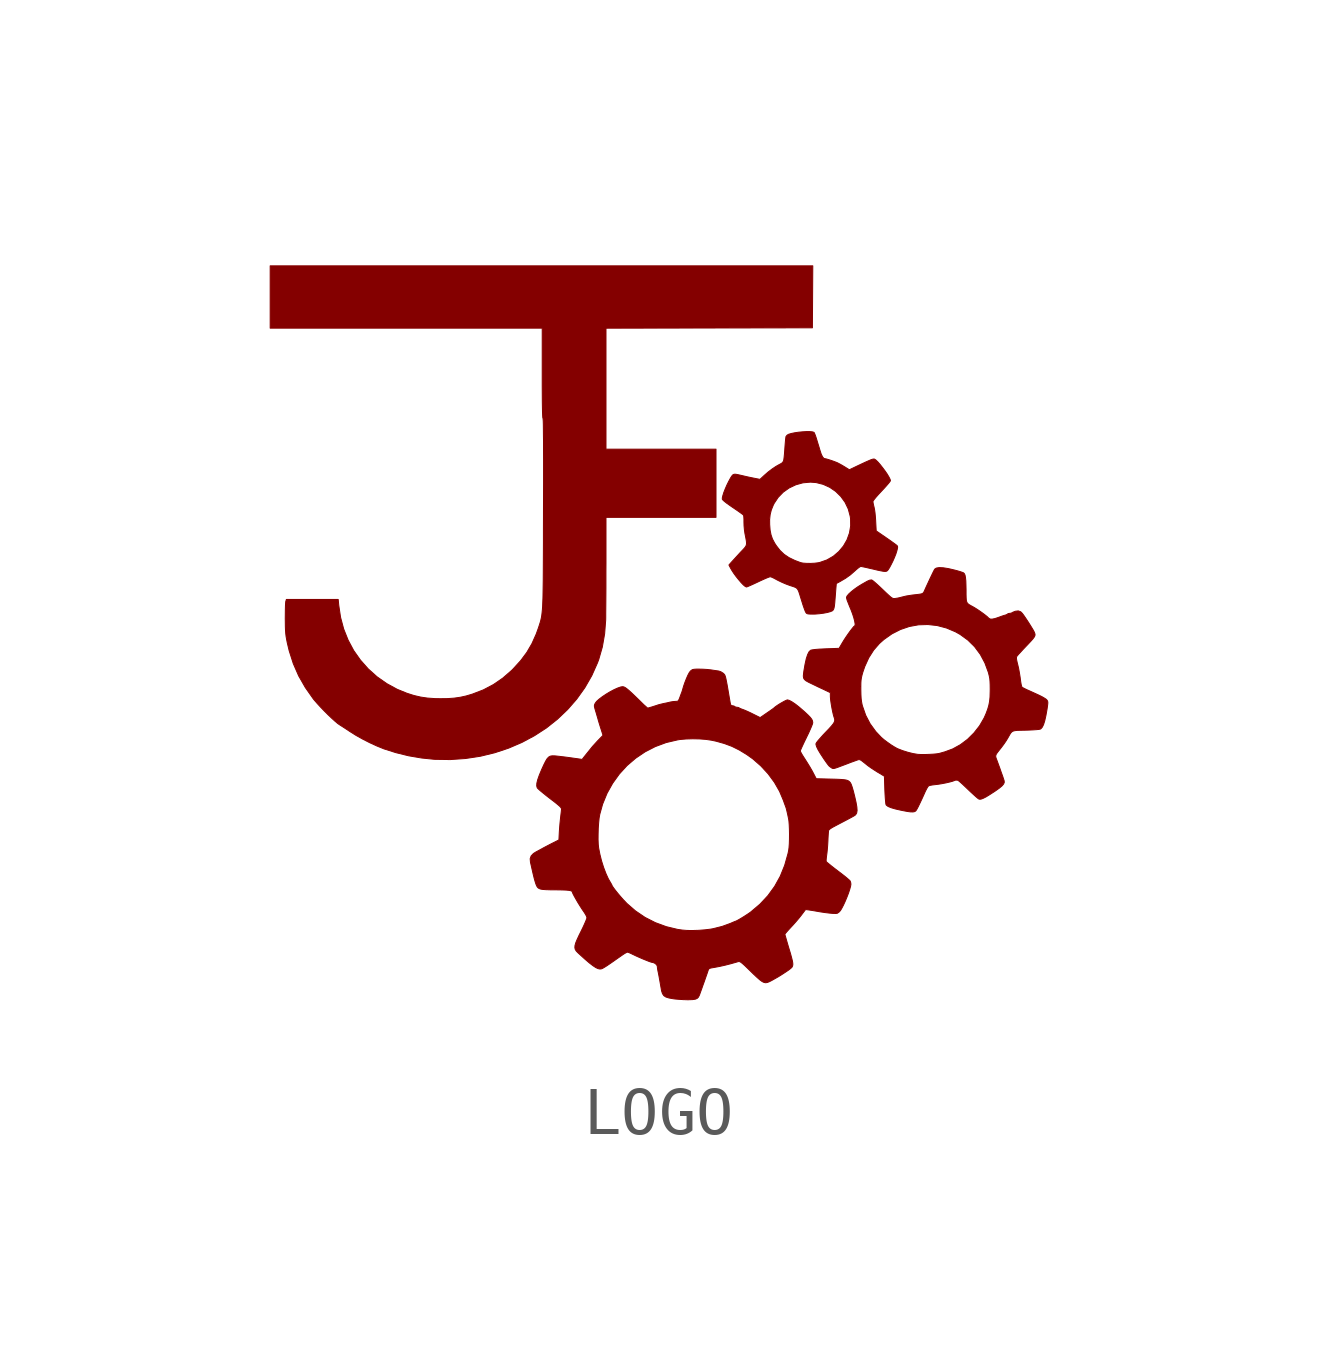
<source format=kicad_sym>
(kicad_symbol_lib
  (version 20220914)
  (generator kicad_symbol_editor)
  (symbol "LOGO"
    (pin_names
      (offset 1.016))
    (property "Reference" "#G"
      (at 0 8.728 0)
      (effects (font (size 1.27 1.27)) hide))
    (symbol "LOGO_0_0"
      (polyline (pts (xy -5.08 -0.9) (xy -4.771 -0.853) (xy -4.471 -0.78) (xy -4.182 -0.684) (xy -3.905 -0.565) (xy -3.642 -0.424) (xy -3.394 -0.263) (xy -3.165 -0.081) (xy -2.954 0.12) (xy -2.763 0.339) (xy -2.595 0.574) (xy -2.45 0.826) (xy -2.331 1.093) (xy -2.305 1.162) (xy -2.23 1.423) (xy -2.182 1.698) (xy -2.16 1.986) (xy -2.159 2.039) (xy -2.159 2.12) (xy -2.158 2.226) (xy -2.157 2.352) (xy -2.156 2.494) (xy -2.155 2.651) (xy -2.155 2.817) (xy -2.155 2.99) (xy -2.154 3.166) (xy -2.154 4.124) (xy -1.008 4.124) (xy 0.138 4.124) (xy 0.138 4.834) (xy 0.138 5.544) (xy -1.008 5.544) (xy -2.154 5.544) (xy -2.154 6.804) (xy -2.154 8.064) (xy -0.004 8.068) (xy 2.146 8.072) (xy 2.15 8.717) (xy 2.154 9.363) (xy -3.497 9.363) (xy -9.149 9.363) (xy -9.149 8.714) (xy -9.149 8.065) (xy -6.316 8.065) (xy -3.482 8.065) (xy -3.482 7.125) (xy -3.482 7.075) (xy -3.482 6.863) (xy -3.481 6.68) (xy -3.48 6.527) (xy -3.478 6.403) (xy -3.476 6.307) (xy -3.473 6.239) (xy -3.47 6.199) (xy -3.466 6.186) (xy -3.466 6.186) (xy -3.464 6.17) (xy -3.461 6.129) (xy -3.459 6.062) (xy -3.458 5.969) (xy -3.457 5.849) (xy -3.455 5.702) (xy -3.455 5.527) (xy -3.454 5.324) (xy -3.454 5.092) (xy -3.454 4.831) (xy -3.455 4.54) (xy -3.456 4.219) (xy -3.456 4.15) (xy -3.457 3.862) (xy -3.457 3.603) (xy -3.458 3.37) (xy -3.459 3.163) (xy -3.46 2.979) (xy -3.461 2.816) (xy -3.463 2.673) (xy -3.465 2.549) (xy -3.467 2.441) (xy -3.471 2.347) (xy -3.474 2.267) (xy -3.479 2.198) (xy -3.485 2.139) (xy -3.491 2.087) (xy -3.498 2.042) (xy -3.507 2.001) (xy -3.516 1.963) (xy -3.527 1.926) (xy -3.539 1.888) (xy -3.552 1.848) (xy -3.567 1.804) (xy -3.607 1.693) (xy -3.696 1.494) (xy -3.802 1.312) (xy -3.931 1.139) (xy -4.086 0.969) (xy -4.116 0.938) (xy -4.302 0.776) (xy -4.498 0.641) (xy -4.708 0.53) (xy -4.936 0.442) (xy -5.066 0.403) (xy -5.189 0.376) (xy -5.313 0.358) (xy -5.449 0.348) (xy -5.605 0.346) (xy -5.72 0.348) (xy -5.874 0.359) (xy -6.016 0.38) (xy -6.156 0.413) (xy -6.303 0.46) (xy -6.502 0.541) (xy -6.722 0.661) (xy -6.924 0.803) (xy -7.107 0.967) (xy -7.269 1.15) (xy -7.41 1.35) (xy -7.526 1.567) (xy -7.618 1.798) (xy -7.683 2.041) (xy -7.721 2.295) (xy -7.732 2.413) (xy -8.272 2.413) (xy -8.812 2.413) (xy -8.824 2.371) (xy -8.825 2.368) (xy -8.828 2.336) (xy -8.831 2.279) (xy -8.833 2.203) (xy -8.834 2.114) (xy -8.835 2.016) (xy -8.834 1.948) (xy -8.833 1.85) (xy -8.83 1.771) (xy -8.825 1.705) (xy -8.818 1.644) (xy -8.807 1.582) (xy -8.793 1.511) (xy -8.753 1.344) (xy -8.667 1.076) (xy -8.556 0.822) (xy -8.417 0.579) (xy -8.25 0.341) (xy -8.224 0.309) (xy -8.166 0.243) (xy -8.097 0.168) (xy -8.022 0.09) (xy -7.944 0.012) (xy -7.868 -0.06) (xy -7.8 -0.122) (xy -7.742 -0.171) (xy -7.7 -0.2) (xy -7.67 -0.219) (xy -7.617 -0.253) (xy -7.553 -0.295) (xy -7.487 -0.339) (xy -7.484 -0.341) (xy -7.363 -0.417) (xy -7.222 -0.496) (xy -7.073 -0.572) (xy -6.925 -0.64) (xy -6.789 -0.695) (xy -6.78 -0.699) (xy -6.531 -0.778) (xy -6.267 -0.843) (xy -5.998 -0.889) (xy -5.735 -0.916) (xy -5.72 -0.917) (xy -5.397 -0.922) (xy -5.08 -0.9)) (stroke (width 0.01) (type default)) (fill (type outline)))
      (polyline (pts (xy 2.206 2.109) (xy 2.291 2.116) (xy 2.377 2.127) (xy 2.456 2.142) (xy 2.519 2.159) (xy 2.56 2.176) (xy 2.57 2.184) (xy 2.585 2.203) (xy 2.596 2.233) (xy 2.605 2.279) (xy 2.612 2.345) (xy 2.619 2.436) (xy 2.625 2.51) (xy 2.631 2.588) (xy 2.636 2.652) (xy 2.644 2.745) (xy 2.724 2.788) (xy 2.836 2.854) (xy 2.937 2.926) (xy 3.034 3.011) (xy 3.05 3.026) (xy 3.095 3.064) (xy 3.132 3.091) (xy 3.154 3.101) (xy 3.169 3.099) (xy 3.21 3.091) (xy 3.268 3.079) (xy 3.335 3.063) (xy 3.415 3.045) (xy 3.506 3.023) (xy 3.574 3.009) (xy 3.623 3) (xy 3.657 2.997) (xy 3.68 2.999) (xy 3.697 3.005) (xy 3.71 3.015) (xy 3.724 3.032) (xy 3.753 3.077) (xy 3.786 3.139) (xy 3.822 3.211) (xy 3.855 3.286) (xy 3.884 3.358) (xy 3.903 3.418) (xy 3.914 3.46) (xy 3.921 3.498) (xy 3.919 3.521) (xy 3.908 3.537) (xy 3.898 3.545) (xy 3.865 3.57) (xy 3.815 3.606) (xy 3.752 3.651) (xy 3.681 3.7) (xy 3.475 3.842) (xy 3.464 4.048) (xy 3.464 4.054) (xy 3.458 4.139) (xy 3.45 4.221) (xy 3.44 4.29) (xy 3.43 4.338) (xy 3.421 4.373) (xy 3.411 4.421) (xy 3.407 4.452) (xy 3.41 4.462) (xy 3.432 4.495) (xy 3.471 4.543) (xy 3.525 4.604) (xy 3.59 4.674) (xy 3.638 4.725) (xy 3.691 4.784) (xy 3.734 4.834) (xy 3.762 4.87) (xy 3.772 4.888) (xy 3.765 4.915) (xy 3.741 4.963) (xy 3.705 5.024) (xy 3.659 5.091) (xy 3.608 5.159) (xy 3.557 5.224) (xy 3.509 5.279) (xy 3.468 5.318) (xy 3.439 5.337) (xy 3.424 5.339) (xy 3.401 5.335) (xy 3.367 5.324) (xy 3.32 5.304) (xy 3.254 5.275) (xy 3.168 5.235) (xy 3.058 5.183) (xy 2.916 5.115) (xy 2.821 5.174) (xy 2.768 5.206) (xy 2.712 5.237) (xy 2.67 5.259) (xy 2.649 5.268) (xy 2.597 5.288) (xy 2.538 5.309) (xy 2.481 5.327) (xy 2.434 5.341) (xy 2.406 5.346) (xy 2.384 5.353) (xy 2.357 5.385) (xy 2.329 5.443) (xy 2.301 5.529) (xy 2.287 5.577) (xy 2.253 5.688) (xy 2.227 5.773) (xy 2.207 5.833) (xy 2.191 5.872) (xy 2.181 5.892) (xy 2.177 5.895) (xy 2.144 5.905) (xy 2.09 5.91) (xy 2.019 5.91) (xy 1.939 5.905) (xy 1.856 5.897) (xy 1.776 5.885) (xy 1.704 5.87) (xy 1.648 5.853) (xy 1.619 5.835) (xy 1.597 5.809) (xy 1.595 5.803) (xy 1.59 5.768) (xy 1.584 5.711) (xy 1.578 5.639) (xy 1.572 5.557) (xy 1.57 5.527) (xy 1.564 5.446) (xy 1.557 5.376) (xy 1.55 5.323) (xy 1.543 5.294) (xy 1.518 5.26) (xy 1.475 5.233) (xy 1.456 5.224) (xy 1.387 5.185) (xy 1.307 5.131) (xy 1.224 5.068) (xy 1.147 5.001) (xy 1.054 4.915) (xy 0.966 4.932) (xy 0.916 4.942) (xy 0.848 4.956) (xy 0.773 4.972) (xy 0.68 4.994) (xy 0.605 5.011) (xy 0.552 5.021) (xy 0.516 5.021) (xy 0.49 5.01) (xy 0.469 4.987) (xy 0.446 4.952) (xy 0.439 4.94) (xy 0.401 4.87) (xy 0.363 4.793) (xy 0.329 4.714) (xy 0.3 4.64) (xy 0.28 4.575) (xy 0.269 4.527) (xy 0.27 4.499) (xy 0.275 4.492) (xy 0.307 4.461) (xy 0.365 4.415) (xy 0.45 4.355) (xy 0.56 4.28) (xy 0.608 4.247) (xy 0.658 4.211) (xy 0.695 4.184) (xy 0.711 4.168) (xy 0.713 4.165) (xy 0.717 4.136) (xy 0.72 4.087) (xy 0.72 4.078) (xy 1.255 4.078) (xy 1.266 4.181) (xy 1.29 4.277) (xy 1.33 4.376) (xy 1.349 4.414) (xy 1.433 4.54) (xy 1.538 4.648) (xy 1.662 4.736) (xy 1.801 4.802) (xy 1.949 4.843) (xy 2.105 4.857) (xy 2.224 4.848) (xy 2.371 4.811) (xy 2.507 4.749) (xy 2.631 4.664) (xy 2.738 4.559) (xy 2.827 4.436) (xy 2.893 4.298) (xy 2.933 4.148) (xy 2.941 4.098) (xy 2.943 3.945) (xy 2.918 3.797) (xy 2.867 3.656) (xy 2.793 3.527) (xy 2.697 3.412) (xy 2.582 3.314) (xy 2.449 3.237) (xy 2.302 3.185) (xy 2.263 3.177) (xy 2.189 3.168) (xy 2.106 3.164) (xy 2.024 3.165) (xy 1.952 3.17) (xy 1.902 3.18) (xy 1.78 3.226) (xy 1.658 3.285) (xy 1.557 3.353) (xy 1.472 3.434) (xy 1.397 3.53) (xy 1.36 3.586) (xy 1.314 3.673) (xy 1.284 3.76) (xy 1.265 3.857) (xy 1.256 3.973) (xy 1.255 4.078) (xy 0.72 4.078) (xy 0.72 4.027) (xy 0.722 3.951) (xy 0.73 3.861) (xy 0.742 3.78) (xy 0.743 3.777) (xy 0.76 3.69) (xy 0.771 3.626) (xy 0.774 3.579) (xy 0.769 3.544) (xy 0.754 3.514) (xy 0.73 3.483) (xy 0.694 3.444) (xy 0.644 3.392) (xy 0.444 3.173) (xy 0.407 3.131) (xy 0.441 3.066) (xy 0.465 3.024) (xy 0.507 2.959) (xy 0.556 2.892) (xy 0.609 2.826) (xy 0.66 2.766) (xy 0.707 2.717) (xy 0.746 2.685) (xy 0.771 2.673) (xy 0.781 2.675) (xy 0.816 2.689) (xy 0.871 2.713) (xy 0.939 2.744) (xy 1.016 2.78) (xy 1.064 2.803) (xy 1.137 2.836) (xy 1.199 2.863) (xy 1.244 2.88) (xy 1.267 2.887) (xy 1.272 2.886) (xy 1.305 2.875) (xy 1.352 2.852) (xy 1.407 2.822) (xy 1.438 2.806) (xy 1.513 2.77) (xy 1.597 2.734) (xy 1.678 2.704) (xy 1.725 2.689) (xy 1.767 2.675) (xy 1.799 2.661) (xy 1.824 2.643) (xy 1.843 2.618) (xy 1.861 2.58) (xy 1.879 2.526) (xy 1.902 2.451) (xy 1.933 2.352) (xy 1.954 2.285) (xy 1.977 2.22) (xy 1.996 2.17) (xy 2.01 2.142) (xy 2.015 2.134) (xy 2.031 2.12) (xy 2.055 2.112) (xy 2.095 2.109) (xy 2.158 2.108) (xy 2.206 2.109)) (stroke (width 0.01) (type default)) (fill (type outline)))
      (polyline (pts (xy 4.276 -2.006) (xy 4.298 -1.992) (xy 4.302 -1.988) (xy 4.321 -1.959) (xy 4.348 -1.909) (xy 4.384 -1.835) (xy 4.43 -1.737) (xy 4.487 -1.611) (xy 4.496 -1.59) (xy 4.524 -1.535) (xy 4.548 -1.493) (xy 4.565 -1.472) (xy 4.567 -1.47) (xy 4.596 -1.46) (xy 4.645 -1.451) (xy 4.704 -1.444) (xy 4.764 -1.437) (xy 4.844 -1.424) (xy 4.927 -1.408) (xy 5.005 -1.39) (xy 5.07 -1.372) (xy 5.113 -1.356) (xy 5.133 -1.349) (xy 5.176 -1.353) (xy 5.189 -1.362) (xy 5.223 -1.39) (xy 5.271 -1.433) (xy 5.328 -1.487) (xy 5.392 -1.548) (xy 5.438 -1.592) (xy 5.499 -1.648) (xy 5.551 -1.695) (xy 5.59 -1.728) (xy 5.613 -1.744) (xy 5.613 -1.744) (xy 5.636 -1.749) (xy 5.666 -1.744) (xy 5.707 -1.728) (xy 5.762 -1.7) (xy 5.834 -1.656) (xy 5.927 -1.596) (xy 5.96 -1.574) (xy 6.04 -1.517) (xy 6.095 -1.471) (xy 6.129 -1.431) (xy 6.143 -1.396) (xy 6.14 -1.363) (xy 6.129 -1.329) (xy 6.108 -1.265) (xy 6.08 -1.188) (xy 6.051 -1.104) (xy 6.021 -1.022) (xy 5.995 -0.951) (xy 5.991 -0.94) (xy 5.975 -0.898) (xy 5.965 -0.868) (xy 5.965 -0.842) (xy 5.974 -0.814) (xy 5.996 -0.78) (xy 6.033 -0.733) (xy 6.085 -0.667) (xy 6.09 -0.66) (xy 6.137 -0.597) (xy 6.183 -0.529) (xy 6.218 -0.471) (xy 6.221 -0.466) (xy 6.251 -0.413) (xy 6.274 -0.374) (xy 6.298 -0.347) (xy 6.325 -0.33) (xy 6.362 -0.32) (xy 6.414 -0.314) (xy 6.487 -0.312) (xy 6.584 -0.31) (xy 6.654 -0.308) (xy 6.738 -0.304) (xy 6.81 -0.299) (xy 6.863 -0.294) (xy 6.891 -0.288) (xy 6.905 -0.281) (xy 6.934 -0.248) (xy 6.961 -0.194) (xy 6.986 -0.114) (xy 7.01 -0.007) (xy 7.034 0.128) (xy 7.043 0.191) (xy 7.049 0.24) (xy 7.05 0.273) (xy 7.045 0.295) (xy 7.034 0.315) (xy 7.031 0.318) (xy 7.012 0.337) (xy 6.978 0.359) (xy 6.928 0.388) (xy 6.857 0.423) (xy 6.763 0.466) (xy 6.644 0.52) (xy 6.629 0.526) (xy 6.575 0.552) (xy 6.534 0.573) (xy 6.513 0.587) (xy 6.506 0.6) (xy 6.496 0.638) (xy 6.486 0.695) (xy 6.477 0.763) (xy 6.473 0.794) (xy 6.458 0.887) (xy 6.441 0.981) (xy 6.422 1.061) (xy 6.415 1.087) (xy 6.402 1.146) (xy 6.396 1.185) (xy 6.398 1.211) (xy 6.406 1.23) (xy 6.413 1.238) (xy 6.44 1.27) (xy 6.482 1.315) (xy 6.534 1.372) (xy 6.593 1.434) (xy 6.638 1.481) (xy 6.698 1.545) (xy 6.74 1.593) (xy 6.767 1.63) (xy 6.781 1.659) (xy 6.784 1.683) (xy 6.778 1.708) (xy 6.766 1.737) (xy 6.766 1.738) (xy 6.747 1.774) (xy 6.715 1.827) (xy 6.675 1.892) (xy 6.631 1.961) (xy 6.587 2.027) (xy 6.548 2.084) (xy 6.518 2.124) (xy 6.486 2.156) (xy 6.434 2.175) (xy 6.372 2.167) (xy 6.363 2.163) (xy 6.324 2.148) (xy 6.301 2.135) (xy 6.286 2.128) (xy 6.252 2.123) (xy 6.23 2.12) (xy 6.21 2.11) (xy 6.198 2.1) (xy 6.167 2.088) (xy 6.166 2.088) (xy 6.133 2.079) (xy 6.083 2.062) (xy 6.026 2.041) (xy 5.949 2.015) (xy 5.888 2.003) (xy 5.846 2.006) (xy 5.818 2.025) (xy 5.816 2.027) (xy 5.785 2.057) (xy 5.735 2.097) (xy 5.674 2.142) (xy 5.608 2.188) (xy 5.545 2.229) (xy 5.491 2.261) (xy 5.446 2.285) (xy 5.407 2.308) (xy 5.38 2.33) (xy 5.363 2.356) (xy 5.353 2.393) (xy 5.349 2.444) (xy 5.347 2.516) (xy 5.347 2.613) (xy 5.345 2.707) (xy 5.342 2.8) (xy 5.335 2.868) (xy 5.326 2.917) (xy 5.313 2.948) (xy 5.295 2.967) (xy 5.274 2.976) (xy 5.231 2.991) (xy 5.178 3.007) (xy 5.11 3.025) (xy 4.979 3.056) (xy 4.871 3.073) (xy 4.786 3.077) (xy 4.727 3.067) (xy 4.693 3.044) (xy 4.684 3.027) (xy 4.662 2.984) (xy 4.632 2.922) (xy 4.596 2.847) (xy 4.557 2.763) (xy 4.517 2.677) (xy 4.479 2.592) (xy 4.476 2.585) (xy 4.462 2.558) (xy 4.443 2.54) (xy 4.415 2.529) (xy 4.369 2.521) (xy 4.3 2.513) (xy 4.228 2.505) (xy 4.101 2.485) (xy 3.994 2.459) (xy 3.989 2.457) (xy 3.929 2.443) (xy 3.872 2.434) (xy 3.866 2.433) (xy 3.845 2.432) (xy 3.825 2.435) (xy 3.803 2.446) (xy 3.774 2.467) (xy 3.736 2.501) (xy 3.683 2.55) (xy 3.612 2.618) (xy 3.554 2.673) (xy 3.493 2.729) (xy 3.441 2.775) (xy 3.403 2.806) (xy 3.382 2.819) (xy 3.378 2.82) (xy 3.339 2.815) (xy 3.29 2.794) (xy 3.276 2.786) (xy 3.232 2.761) (xy 3.2 2.743) (xy 3.174 2.728) (xy 3.095 2.679) (xy 3.021 2.627) (xy 2.956 2.575) (xy 2.903 2.527) (xy 2.869 2.486) (xy 2.856 2.458) (xy 2.861 2.428) (xy 2.873 2.387) (xy 2.888 2.351) (xy 2.904 2.31) (xy 2.914 2.285) (xy 2.932 2.241) (xy 2.952 2.194) (xy 2.982 2.114) (xy 3.007 2.037) (xy 3.025 1.968) (xy 3.035 1.913) (xy 3.036 1.877) (xy 3.027 1.863) (xy 3.025 1.863) (xy 3.006 1.847) (xy 2.976 1.81) (xy 2.937 1.76) (xy 2.893 1.699) (xy 2.848 1.634) (xy 2.806 1.57) (xy 2.77 1.511) (xy 2.702 1.395) (xy 2.426 1.385) (xy 2.384 1.383) (xy 2.282 1.378) (xy 2.2 1.371) (xy 2.142 1.363) (xy 2.111 1.356) (xy 2.078 1.326) (xy 2.048 1.268) (xy 2.019 1.181) (xy 1.993 1.065) (xy 1.968 0.92) (xy 1.962 0.873) (xy 1.957 0.818) (xy 1.962 0.778) (xy 1.98 0.746) (xy 2.015 0.717) (xy 2.071 0.686) (xy 2.15 0.648) (xy 2.223 0.613) (xy 2.245 0.602) (xy 3.155 0.602) (xy 3.156 0.677) (xy 3.16 0.736) (xy 3.168 0.787) (xy 3.18 0.839) (xy 3.197 0.899) (xy 3.237 1.016) (xy 3.32 1.198) (xy 3.422 1.358) (xy 3.542 1.496) (xy 3.637 1.58) (xy 3.803 1.697) (xy 3.98 1.787) (xy 4.165 1.85) (xy 4.356 1.885) (xy 4.551 1.891) (xy 4.745 1.87) (xy 4.938 1.819) (xy 5.127 1.739) (xy 5.223 1.685) (xy 5.385 1.567) (xy 5.525 1.429) (xy 5.644 1.269) (xy 5.739 1.091) (xy 5.811 0.896) (xy 5.817 0.874) (xy 5.831 0.817) (xy 5.841 0.764) (xy 5.846 0.705) (xy 5.849 0.633) (xy 5.85 0.539) (xy 5.849 0.486) (xy 5.846 0.379) (xy 5.837 0.289) (xy 5.821 0.208) (xy 5.797 0.125) (xy 5.762 0.032) (xy 5.723 -0.056) (xy 5.629 -0.218) (xy 5.512 -0.367) (xy 5.378 -0.5) (xy 5.229 -0.612) (xy 5.07 -0.7) (xy 4.903 -0.762) (xy 4.887 -0.766) (xy 4.832 -0.782) (xy 4.788 -0.794) (xy 4.774 -0.797) (xy 4.724 -0.804) (xy 4.655 -0.81) (xy 4.576 -0.814) (xy 4.495 -0.817) (xy 4.42 -0.817) (xy 4.361 -0.815) (xy 4.337 -0.813) (xy 4.242 -0.797) (xy 4.134 -0.77) (xy 4.025 -0.736) (xy 3.925 -0.697) (xy 3.915 -0.693) (xy 3.856 -0.66) (xy 3.784 -0.615) (xy 3.709 -0.562) (xy 3.637 -0.508) (xy 3.579 -0.458) (xy 3.466 -0.338) (xy 3.349 -0.177) (xy 3.256 0.001) (xy 3.19 0.191) (xy 3.18 0.228) (xy 3.169 0.288) (xy 3.161 0.354) (xy 3.157 0.433) (xy 3.155 0.535) (xy 3.155 0.602) (xy 2.245 0.602) (xy 2.302 0.575) (xy 2.373 0.542) (xy 2.425 0.517) (xy 2.52 0.472) (xy 2.52 0.39) (xy 2.521 0.376) (xy 2.526 0.317) (xy 2.537 0.242) (xy 2.551 0.159) (xy 2.567 0.078) (xy 2.583 0.009) (xy 2.597 -0.039) (xy 2.6 -0.047) (xy 2.61 -0.079) (xy 2.611 -0.109) (xy 2.603 -0.139) (xy 2.582 -0.175) (xy 2.546 -0.22) (xy 2.493 -0.279) (xy 2.421 -0.354) (xy 2.366 -0.412) (xy 2.311 -0.474) (xy 2.265 -0.526) (xy 2.234 -0.566) (xy 2.221 -0.589) (xy 2.22 -0.607) (xy 2.233 -0.652) (xy 2.264 -0.717) (xy 2.315 -0.802) (xy 2.385 -0.909) (xy 2.408 -0.942) (xy 2.446 -0.996) (xy 2.473 -1.032) (xy 2.494 -1.057) (xy 2.515 -1.074) (xy 2.539 -1.091) (xy 2.554 -1.101) (xy 2.575 -1.108) (xy 2.599 -1.107) (xy 2.635 -1.097) (xy 2.692 -1.077) (xy 2.715 -1.068) (xy 2.849 -1.018) (xy 2.963 -0.974) (xy 2.973 -0.971) (xy 3.017 -0.955) (xy 3.067 -0.937) (xy 3.087 -0.93) (xy 3.109 -0.923) (xy 3.128 -0.923) (xy 3.15 -0.932) (xy 3.18 -0.952) (xy 3.222 -0.985) (xy 3.284 -1.035) (xy 3.307 -1.053) (xy 3.366 -1.095) (xy 3.436 -1.141) (xy 3.505 -1.185) (xy 3.646 -1.269) (xy 3.655 -1.551) (xy 3.659 -1.638) (xy 3.664 -1.721) (xy 3.67 -1.79) (xy 3.675 -1.838) (xy 3.68 -1.862) (xy 3.687 -1.872) (xy 3.723 -1.899) (xy 3.786 -1.925) (xy 3.875 -1.951) (xy 3.994 -1.978) (xy 4.024 -1.984) (xy 4.119 -2.002) (xy 4.19 -2.012) (xy 4.241 -2.013) (xy 4.276 -2.006)) (stroke (width 0.01) (type default)) (fill (type outline)))
      (polyline (pts (xy -0.351 -5.922) (xy -0.294 -5.914) (xy -0.256 -5.898) (xy -0.23 -5.873) (xy -0.211 -5.837) (xy -0.205 -5.822) (xy -0.187 -5.772) (xy -0.163 -5.706) (xy -0.136 -5.629) (xy -0.107 -5.549) (xy -0.08 -5.471) (xy -0.056 -5.403) (xy -0.038 -5.35) (xy -0.028 -5.32) (xy -0.019 -5.294) (xy 0.002 -5.272) (xy 0.043 -5.262) (xy 0.108 -5.251) (xy 0.218 -5.23) (xy 0.33 -5.205) (xy 0.451 -5.174) (xy 0.591 -5.134) (xy 0.604 -5.13) (xy 0.62 -5.129) (xy 0.637 -5.134) (xy 0.659 -5.147) (xy 0.69 -5.172) (xy 0.733 -5.21) (xy 0.79 -5.265) (xy 0.866 -5.339) (xy 0.917 -5.389) (xy 0.992 -5.459) (xy 1.051 -5.511) (xy 1.099 -5.546) (xy 1.139 -5.565) (xy 1.175 -5.571) (xy 1.212 -5.564) (xy 1.254 -5.547) (xy 1.304 -5.521) (xy 1.359 -5.49) (xy 1.438 -5.445) (xy 1.516 -5.396) (xy 1.588 -5.349) (xy 1.65 -5.307) (xy 1.695 -5.272) (xy 1.719 -5.249) (xy 1.723 -5.243) (xy 1.733 -5.221) (xy 1.738 -5.196) (xy 1.737 -5.161) (xy 1.729 -5.114) (xy 1.713 -5.05) (xy 1.69 -4.965) (xy 1.657 -4.856) (xy 1.655 -4.85) (xy 1.629 -4.762) (xy 1.607 -4.685) (xy 1.589 -4.622) (xy 1.577 -4.58) (xy 1.573 -4.561) (xy 1.583 -4.546) (xy 1.61 -4.513) (xy 1.65 -4.468) (xy 1.699 -4.415) (xy 1.738 -4.373) (xy 1.803 -4.3) (xy 1.865 -4.227) (xy 1.915 -4.164) (xy 2.004 -4.046) (xy 2.075 -4.055) (xy 2.093 -4.058) (xy 2.159 -4.068) (xy 2.222 -4.079) (xy 2.308 -4.094) (xy 2.408 -4.109) (xy 2.499 -4.12) (xy 2.575 -4.127) (xy 2.632 -4.128) (xy 2.663 -4.125) (xy 2.664 -4.124) (xy 2.698 -4.102) (xy 2.73 -4.068) (xy 2.755 -4.026) (xy 2.791 -3.958) (xy 2.828 -3.878) (xy 2.864 -3.792) (xy 2.897 -3.707) (xy 2.923 -3.628) (xy 2.941 -3.564) (xy 2.948 -3.521) (xy 2.945 -3.49) (xy 2.933 -3.452) (xy 2.932 -3.451) (xy 2.914 -3.432) (xy 2.875 -3.398) (xy 2.821 -3.353) (xy 2.754 -3.301) (xy 2.679 -3.244) (xy 2.671 -3.238) (xy 2.598 -3.182) (xy 2.533 -3.131) (xy 2.482 -3.089) (xy 2.447 -3.06) (xy 2.433 -3.045) (xy 2.433 -3.044) (xy 2.432 -3.017) (xy 2.436 -2.971) (xy 2.443 -2.914) (xy 2.449 -2.87) (xy 2.457 -2.792) (xy 2.464 -2.705) (xy 2.469 -2.619) (xy 2.472 -2.549) (xy 2.476 -2.482) (xy 2.48 -2.431) (xy 2.483 -2.404) (xy 2.487 -2.393) (xy 2.511 -2.369) (xy 2.558 -2.338) (xy 2.631 -2.299) (xy 2.705 -2.26) (xy 2.789 -2.216) (xy 2.869 -2.174) (xy 2.94 -2.136) (xy 2.995 -2.106) (xy 3.028 -2.086) (xy 3.046 -2.072) (xy 3.068 -2.036) (xy 3.077 -1.983) (xy 3.072 -1.91) (xy 3.055 -1.813) (xy 3.027 -1.69) (xy 3 -1.582) (xy 2.975 -1.496) (xy 2.953 -1.434) (xy 2.934 -1.4) (xy 2.925 -1.39) (xy 2.905 -1.372) (xy 2.881 -1.358) (xy 2.847 -1.348) (xy 2.8 -1.341) (xy 2.736 -1.336) (xy 2.65 -1.332) (xy 2.537 -1.329) (xy 2.226 -1.321) (xy 2.16 -1.194) (xy 2.138 -1.153) (xy 2.093 -1.075) (xy 2.042 -0.992) (xy 1.994 -0.916) (xy 1.957 -0.859) (xy 1.924 -0.805) (xy 1.902 -0.764) (xy 1.894 -0.743) (xy 1.894 -0.743) (xy 1.901 -0.722) (xy 1.92 -0.678) (xy 1.948 -0.617) (xy 1.983 -0.542) (xy 2.024 -0.459) (xy 2.024 -0.458) (xy 2.065 -0.374) (xy 2.1 -0.296) (xy 2.128 -0.231) (xy 2.147 -0.182) (xy 2.153 -0.156) (xy 2.153 -0.147) (xy 2.147 -0.114) (xy 2.132 -0.082) (xy 2.103 -0.044) (xy 2.058 0.003) (xy 1.993 0.064) (xy 1.965 0.089) (xy 1.875 0.167) (xy 1.794 0.231) (xy 1.723 0.279) (xy 1.666 0.31) (xy 1.627 0.321) (xy 1.615 0.318) (xy 1.578 0.302) (xy 1.528 0.275) (xy 1.472 0.243) (xy 1.417 0.208) (xy 1.372 0.176) (xy 1.344 0.152) (xy 1.333 0.143) (xy 1.301 0.12) (xy 1.254 0.087) (xy 1.197 0.048) (xy 1.058 -0.048) (xy 0.907 0.027) (xy 0.859 0.051) (xy 0.792 0.082) (xy 0.734 0.107) (xy 0.695 0.122) (xy 0.682 0.126) (xy 0.642 0.142) (xy 0.619 0.155) (xy 0.604 0.163) (xy 0.571 0.168) (xy 0.548 0.171) (xy 0.527 0.183) (xy 0.513 0.193) (xy 0.481 0.199) (xy 0.467 0.2) (xy 0.447 0.213) (xy 0.436 0.248) (xy 0.433 0.265) (xy 0.408 0.41) (xy 0.388 0.528) (xy 0.372 0.622) (xy 0.358 0.695) (xy 0.347 0.75) (xy 0.338 0.79) (xy 0.329 0.819) (xy 0.321 0.839) (xy 0.312 0.852) (xy 0.302 0.863) (xy 0.291 0.874) (xy 0.285 0.878) (xy 0.241 0.906) (xy 0.196 0.922) (xy 0.155 0.928) (xy 0.097 0.936) (xy 0.034 0.946) (xy 0.025 0.947) (xy -0.049 0.955) (xy -0.134 0.96) (xy -0.214 0.962) (xy -0.269 0.962) (xy -0.317 0.959) (xy -0.348 0.953) (xy -0.372 0.94) (xy -0.396 0.92) (xy -0.419 0.889) (xy -0.448 0.835) (xy -0.479 0.764) (xy -0.51 0.685) (xy -0.538 0.604) (xy -0.56 0.527) (xy -0.566 0.507) (xy -0.58 0.466) (xy -0.586 0.453) (xy -0.601 0.412) (xy -0.619 0.363) (xy -0.631 0.333) (xy -0.647 0.304) (xy -0.667 0.292) (xy -0.701 0.29) (xy -0.754 0.286) (xy -0.809 0.277) (xy -0.838 0.27) (xy -0.895 0.257) (xy -0.955 0.245) (xy -0.997 0.235) (xy -1.046 0.223) (xy -1.077 0.214) (xy -1.098 0.206) (xy -1.143 0.192) (xy -1.196 0.175) (xy -1.285 0.149) (xy -1.326 0.185) (xy -1.329 0.188) (xy -1.361 0.216) (xy -1.383 0.237) (xy -1.471 0.324) (xy -1.555 0.405) (xy -1.621 0.468) (xy -1.674 0.516) (xy -1.715 0.55) (xy -1.746 0.573) (xy -1.771 0.587) (xy -1.792 0.594) (xy -1.811 0.596) (xy -1.847 0.59) (xy -1.911 0.568) (xy -1.986 0.534) (xy -2.069 0.49) (xy -2.152 0.44) (xy -2.231 0.387) (xy -2.298 0.336) (xy -2.35 0.289) (xy -2.378 0.251) (xy -2.389 0.228) (xy -2.395 0.208) (xy -2.395 0.185) (xy -2.388 0.152) (xy -2.374 0.103) (xy -2.352 0.031) (xy -2.349 0.019) (xy -2.336 -0.025) (xy -2.321 -0.076) (xy -2.318 -0.089) (xy -2.299 -0.153) (xy -2.28 -0.214) (xy -2.276 -0.227) (xy -2.256 -0.29) (xy -2.237 -0.35) (xy -2.216 -0.417) (xy -2.329 -0.533) (xy -2.434 -0.648) (xy -2.619 -0.878) (xy -2.65 -0.919) (xy -2.78 -0.9) (xy -2.79 -0.899) (xy -2.923 -0.88) (xy -3.032 -0.866) (xy -3.125 -0.855) (xy -3.207 -0.846) (xy -3.227 -0.845) (xy -3.275 -0.844) (xy -3.314 -0.851) (xy -3.348 -0.87) (xy -3.38 -0.904) (xy -3.412 -0.957) (xy -3.449 -1.031) (xy -3.494 -1.13) (xy -3.543 -1.247) (xy -3.576 -1.341) (xy -3.594 -1.414) (xy -3.597 -1.47) (xy -3.586 -1.51) (xy -3.585 -1.512) (xy -3.564 -1.534) (xy -3.523 -1.571) (xy -3.466 -1.618) (xy -3.398 -1.673) (xy -3.322 -1.732) (xy -3.287 -1.759) (xy -3.21 -1.818) (xy -3.155 -1.863) (xy -3.117 -1.896) (xy -3.094 -1.921) (xy -3.083 -1.94) (xy -3.08 -1.956) (xy -3.081 -1.965) (xy -3.085 -2.006) (xy -3.092 -2.064) (xy -3.1 -2.131) (xy -3.103 -2.162) (xy -3.112 -2.249) (xy -3.12 -2.344) (xy -3.126 -2.432) (xy -3.134 -2.588) (xy -2.319 -2.588) (xy -2.318 -2.474) (xy -2.315 -2.356) (xy -2.307 -2.242) (xy -2.297 -2.141) (xy -2.283 -2.062) (xy -2.224 -1.85) (xy -2.132 -1.625) (xy -2.015 -1.416) (xy -1.876 -1.223) (xy -1.716 -1.048) (xy -1.536 -0.894) (xy -1.339 -0.761) (xy -1.127 -0.652) (xy -0.901 -0.568) (xy -0.662 -0.512) (xy -0.613 -0.504) (xy -0.486 -0.493) (xy -0.346 -0.489) (xy -0.204 -0.492) (xy -0.07 -0.502) (xy 0.044 -0.519) (xy 0.138 -0.539) (xy 0.312 -0.588) (xy 0.47 -0.647) (xy 0.623 -0.723) (xy 0.779 -0.818) (xy 0.904 -0.907) (xy 1.072 -1.054) (xy 1.224 -1.219) (xy 1.355 -1.397) (xy 1.462 -1.584) (xy 1.543 -1.776) (xy 1.559 -1.823) (xy 1.577 -1.871) (xy 1.588 -1.901) (xy 1.589 -1.903) (xy 1.6 -1.935) (xy 1.613 -1.987) (xy 1.63 -2.061) (xy 1.651 -2.161) (xy 1.657 -2.202) (xy 1.663 -2.279) (xy 1.667 -2.373) (xy 1.669 -2.475) (xy 1.668 -2.579) (xy 1.665 -2.676) (xy 1.659 -2.758) (xy 1.651 -2.818) (xy 1.638 -2.879) (xy 1.568 -3.127) (xy 1.476 -3.354) (xy 1.36 -3.563) (xy 1.22 -3.756) (xy 1.055 -3.933) (xy 0.863 -4.096) (xy 0.824 -4.124) (xy 0.771 -4.159) (xy 0.712 -4.197) (xy 0.653 -4.233) (xy 0.601 -4.263) (xy 0.561 -4.284) (xy 0.541 -4.292) (xy 0.536 -4.293) (xy 0.509 -4.304) (xy 0.469 -4.321) (xy 0.443 -4.333) (xy 0.268 -4.397) (xy 0.078 -4.445) (xy 0.022 -4.455) (xy -0.094 -4.469) (xy -0.22 -4.479) (xy -0.347 -4.483) (xy -0.465 -4.482) (xy -0.563 -4.474) (xy -0.661 -4.46) (xy -0.898 -4.403) (xy -1.126 -4.319) (xy -1.34 -4.21) (xy -1.539 -4.075) (xy -1.72 -3.918) (xy -1.744 -3.892) (xy -1.798 -3.836) (xy -1.853 -3.773) (xy -1.907 -3.709) (xy -1.956 -3.648) (xy -1.995 -3.596) (xy -2.022 -3.557) (xy -2.031 -3.536) (xy -2.034 -3.529) (xy -2.049 -3.502) (xy -2.072 -3.463) (xy -2.106 -3.404) (xy -2.155 -3.296) (xy -2.203 -3.17) (xy -2.246 -3.034) (xy -2.281 -2.895) (xy -2.307 -2.762) (xy -2.315 -2.688) (xy -2.319 -2.588) (xy -3.134 -2.588) (xy -3.135 -2.596) (xy -3.253 -2.656) (xy -3.262 -2.66) (xy -3.33 -2.695) (xy -3.399 -2.731) (xy -3.454 -2.76) (xy -3.486 -2.778) (xy -3.554 -2.815) (xy -3.617 -2.849) (xy -3.666 -2.88) (xy -3.713 -2.93) (xy -3.733 -2.988) (xy -3.727 -3.06) (xy -3.701 -3.175) (xy -3.674 -3.294) (xy -3.651 -3.389) (xy -3.631 -3.461) (xy -3.614 -3.514) (xy -3.599 -3.551) (xy -3.585 -3.575) (xy -3.584 -3.577) (xy -3.566 -3.596) (xy -3.543 -3.61) (xy -3.511 -3.621) (xy -3.466 -3.628) (xy -3.403 -3.632) (xy -3.317 -3.635) (xy -3.206 -3.636) (xy -3.178 -3.636) (xy -3.067 -3.638) (xy -2.983 -3.641) (xy -2.923 -3.647) (xy -2.884 -3.655) (xy -2.863 -3.665) (xy -2.856 -3.679) (xy -2.853 -3.69) (xy -2.838 -3.724) (xy -2.811 -3.775) (xy -2.776 -3.837) (xy -2.737 -3.904) (xy -2.696 -3.97) (xy -2.658 -4.03) (xy -2.626 -4.077) (xy -2.616 -4.091) (xy -2.583 -4.143) (xy -2.559 -4.187) (xy -2.551 -4.216) (xy -2.556 -4.239) (xy -2.574 -4.284) (xy -2.601 -4.347) (xy -2.636 -4.423) (xy -2.676 -4.505) (xy -2.714 -4.581) (xy -2.756 -4.672) (xy -2.785 -4.743) (xy -2.8 -4.799) (xy -2.802 -4.843) (xy -2.793 -4.879) (xy -2.772 -4.912) (xy -2.739 -4.946) (xy -2.701 -4.981) (xy -2.592 -5.08) (xy -2.502 -5.157) (xy -2.427 -5.215) (xy -2.367 -5.255) (xy -2.319 -5.277) (xy -2.282 -5.285) (xy -2.281 -5.285) (xy -2.267 -5.284) (xy -2.252 -5.282) (xy -2.234 -5.276) (xy -2.211 -5.264) (xy -2.179 -5.245) (xy -2.136 -5.218) (xy -2.08 -5.18) (xy -2.006 -5.129) (xy -1.914 -5.064) (xy -1.799 -4.984) (xy -1.767 -4.963) (xy -1.729 -4.942) (xy -1.706 -4.933) (xy -1.705 -4.933) (xy -1.681 -4.941) (xy -1.639 -4.959) (xy -1.588 -4.984) (xy -1.585 -4.985) (xy -1.529 -5.012) (xy -1.462 -5.042) (xy -1.391 -5.073) (xy -1.322 -5.101) (xy -1.262 -5.125) (xy -1.216 -5.141) (xy -1.192 -5.147) (xy -1.171 -5.15) (xy -1.13 -5.169) (xy -1.098 -5.199) (xy -1.084 -5.231) (xy -1.084 -5.24) (xy -1.079 -5.284) (xy -1.07 -5.334) (xy -1.067 -5.345) (xy -1.05 -5.432) (xy -1.03 -5.543) (xy -1.006 -5.682) (xy -0.996 -5.739) (xy -0.977 -5.798) (xy -0.949 -5.84) (xy -0.907 -5.868) (xy -0.844 -5.888) (xy -0.756 -5.904) (xy -0.722 -5.909) (xy -0.641 -5.916) (xy -0.551 -5.922) (xy -0.465 -5.925) (xy -0.431 -5.925) (xy -0.351 -5.922)) (stroke (width 0.01) (type default)) (fill (type outline))))))
</source>
